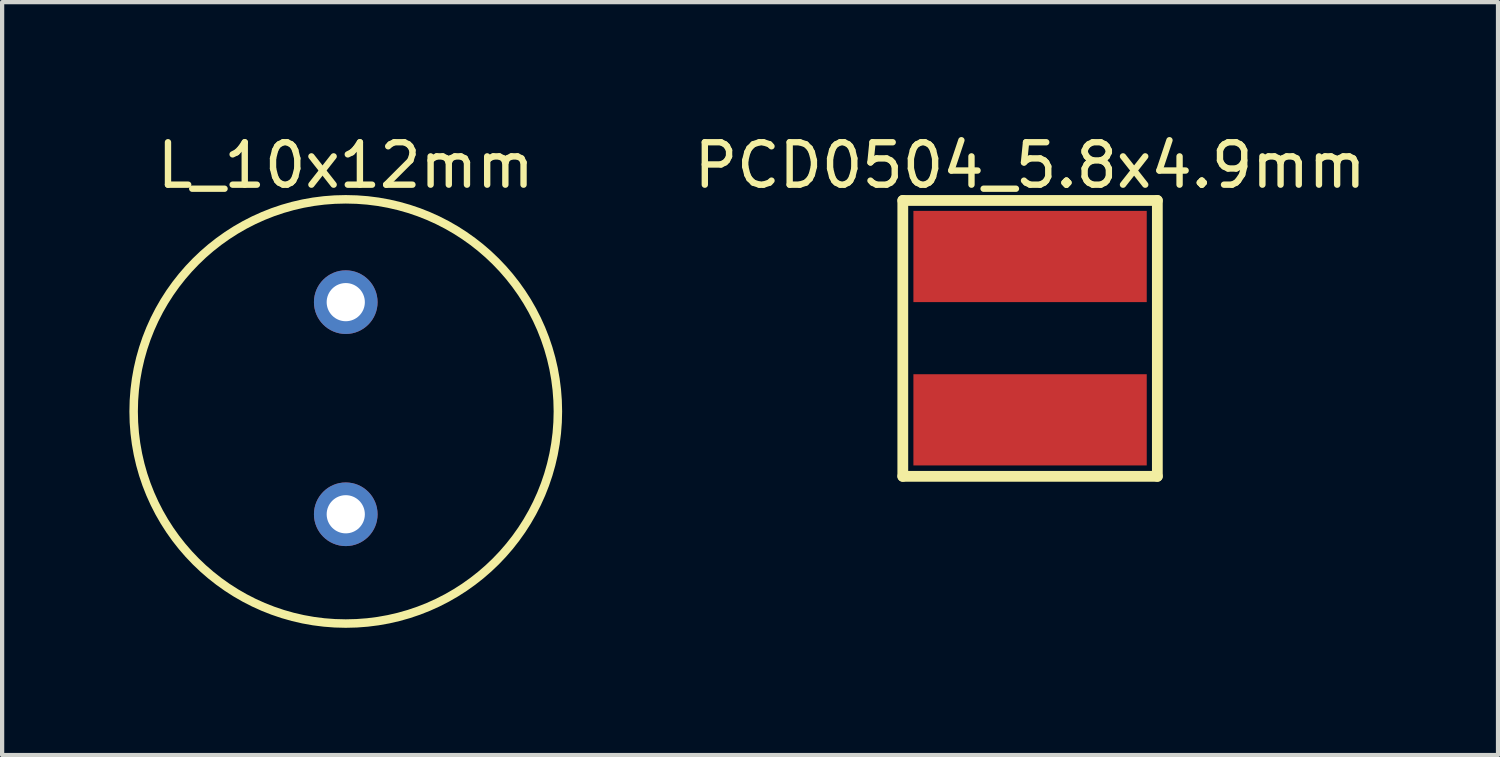
<source format=kicad_pcb>
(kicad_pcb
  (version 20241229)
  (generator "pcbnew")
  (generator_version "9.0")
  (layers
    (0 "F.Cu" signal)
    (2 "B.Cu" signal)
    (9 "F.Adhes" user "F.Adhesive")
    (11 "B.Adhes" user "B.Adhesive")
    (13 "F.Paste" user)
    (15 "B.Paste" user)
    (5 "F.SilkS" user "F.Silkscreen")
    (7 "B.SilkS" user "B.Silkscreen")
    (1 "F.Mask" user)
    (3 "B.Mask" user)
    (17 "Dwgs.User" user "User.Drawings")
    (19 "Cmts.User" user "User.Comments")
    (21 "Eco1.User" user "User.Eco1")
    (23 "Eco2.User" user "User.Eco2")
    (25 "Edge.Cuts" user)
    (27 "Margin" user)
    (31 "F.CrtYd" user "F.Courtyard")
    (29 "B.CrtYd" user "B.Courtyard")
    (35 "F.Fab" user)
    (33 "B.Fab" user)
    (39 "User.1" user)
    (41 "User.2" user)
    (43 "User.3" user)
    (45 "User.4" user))
  (footprint "PCD0504_5.8x4.9mm"
    (layer "F.Cu")
    (at 21.23 4.921)
    (property "Reference" "PCD0504_5.8x4.9mm" (at 0 -4.073 0) (layer "F.SilkS") (effects (font (size 1 1) (thickness 0.15))))
    (fp_line (start -3 -3.246) (end 3 -3.246) (stroke (width 0.254) (type solid)) (layer "F.SilkS"))
    (fp_line (start -3 3.257) (end -3 -3.246) (stroke (width 0.254) (type solid)) (layer "F.SilkS"))
    (fp_line (start -3 3.257) (end 3 3.257) (stroke (width 0.254) (type solid)) (layer "F.SilkS"))
    (fp_line (start 3 3.257) (end 3 -3.246) (stroke (width 0.254) (type solid)) (layer "F.SilkS"))
    (pad "1" smd rect (at 0 -1.925) (size 5.5 2.15) (layers "F.Cu" "F.Mask" "F.Paste"))
    (pad "2" smd rect (at 0 1.925) (size 5.5 2.15) (layers "F.Cu" "F.Mask" "F.Paste")))
  (footprint "L_10x12mm"
    (layer "F.Cu")
    (at 5.1 6.572)
    (property "Reference" "L_10x12mm" (at 0 -5.724 0) (layer "F.SilkS") (effects (font (size 1 1) (thickness 0.15))))
    (fp_circle (center 0 0.076) (end 0 -4.924) (stroke (width 0.2) (type solid)) (fill no) (layer "F.SilkS"))
    (pad "1" thru_hole circle (at 0 2.5 90) (size 1.5 1.5) (drill 0.9) (layers "*.Cu" "*.Mask"))
    (pad "2" thru_hole circle (at 0 -2.5 90) (size 1.5 1.5) (drill 0.9) (layers "*.Cu" "*.Mask")))
  (gr_rect
    (start -3 -3)
    (end 32.26 14.748)
    (stroke (width 0.1) (type default))
    (fill no)
    (layer "Edge.Cuts")))
</source>
